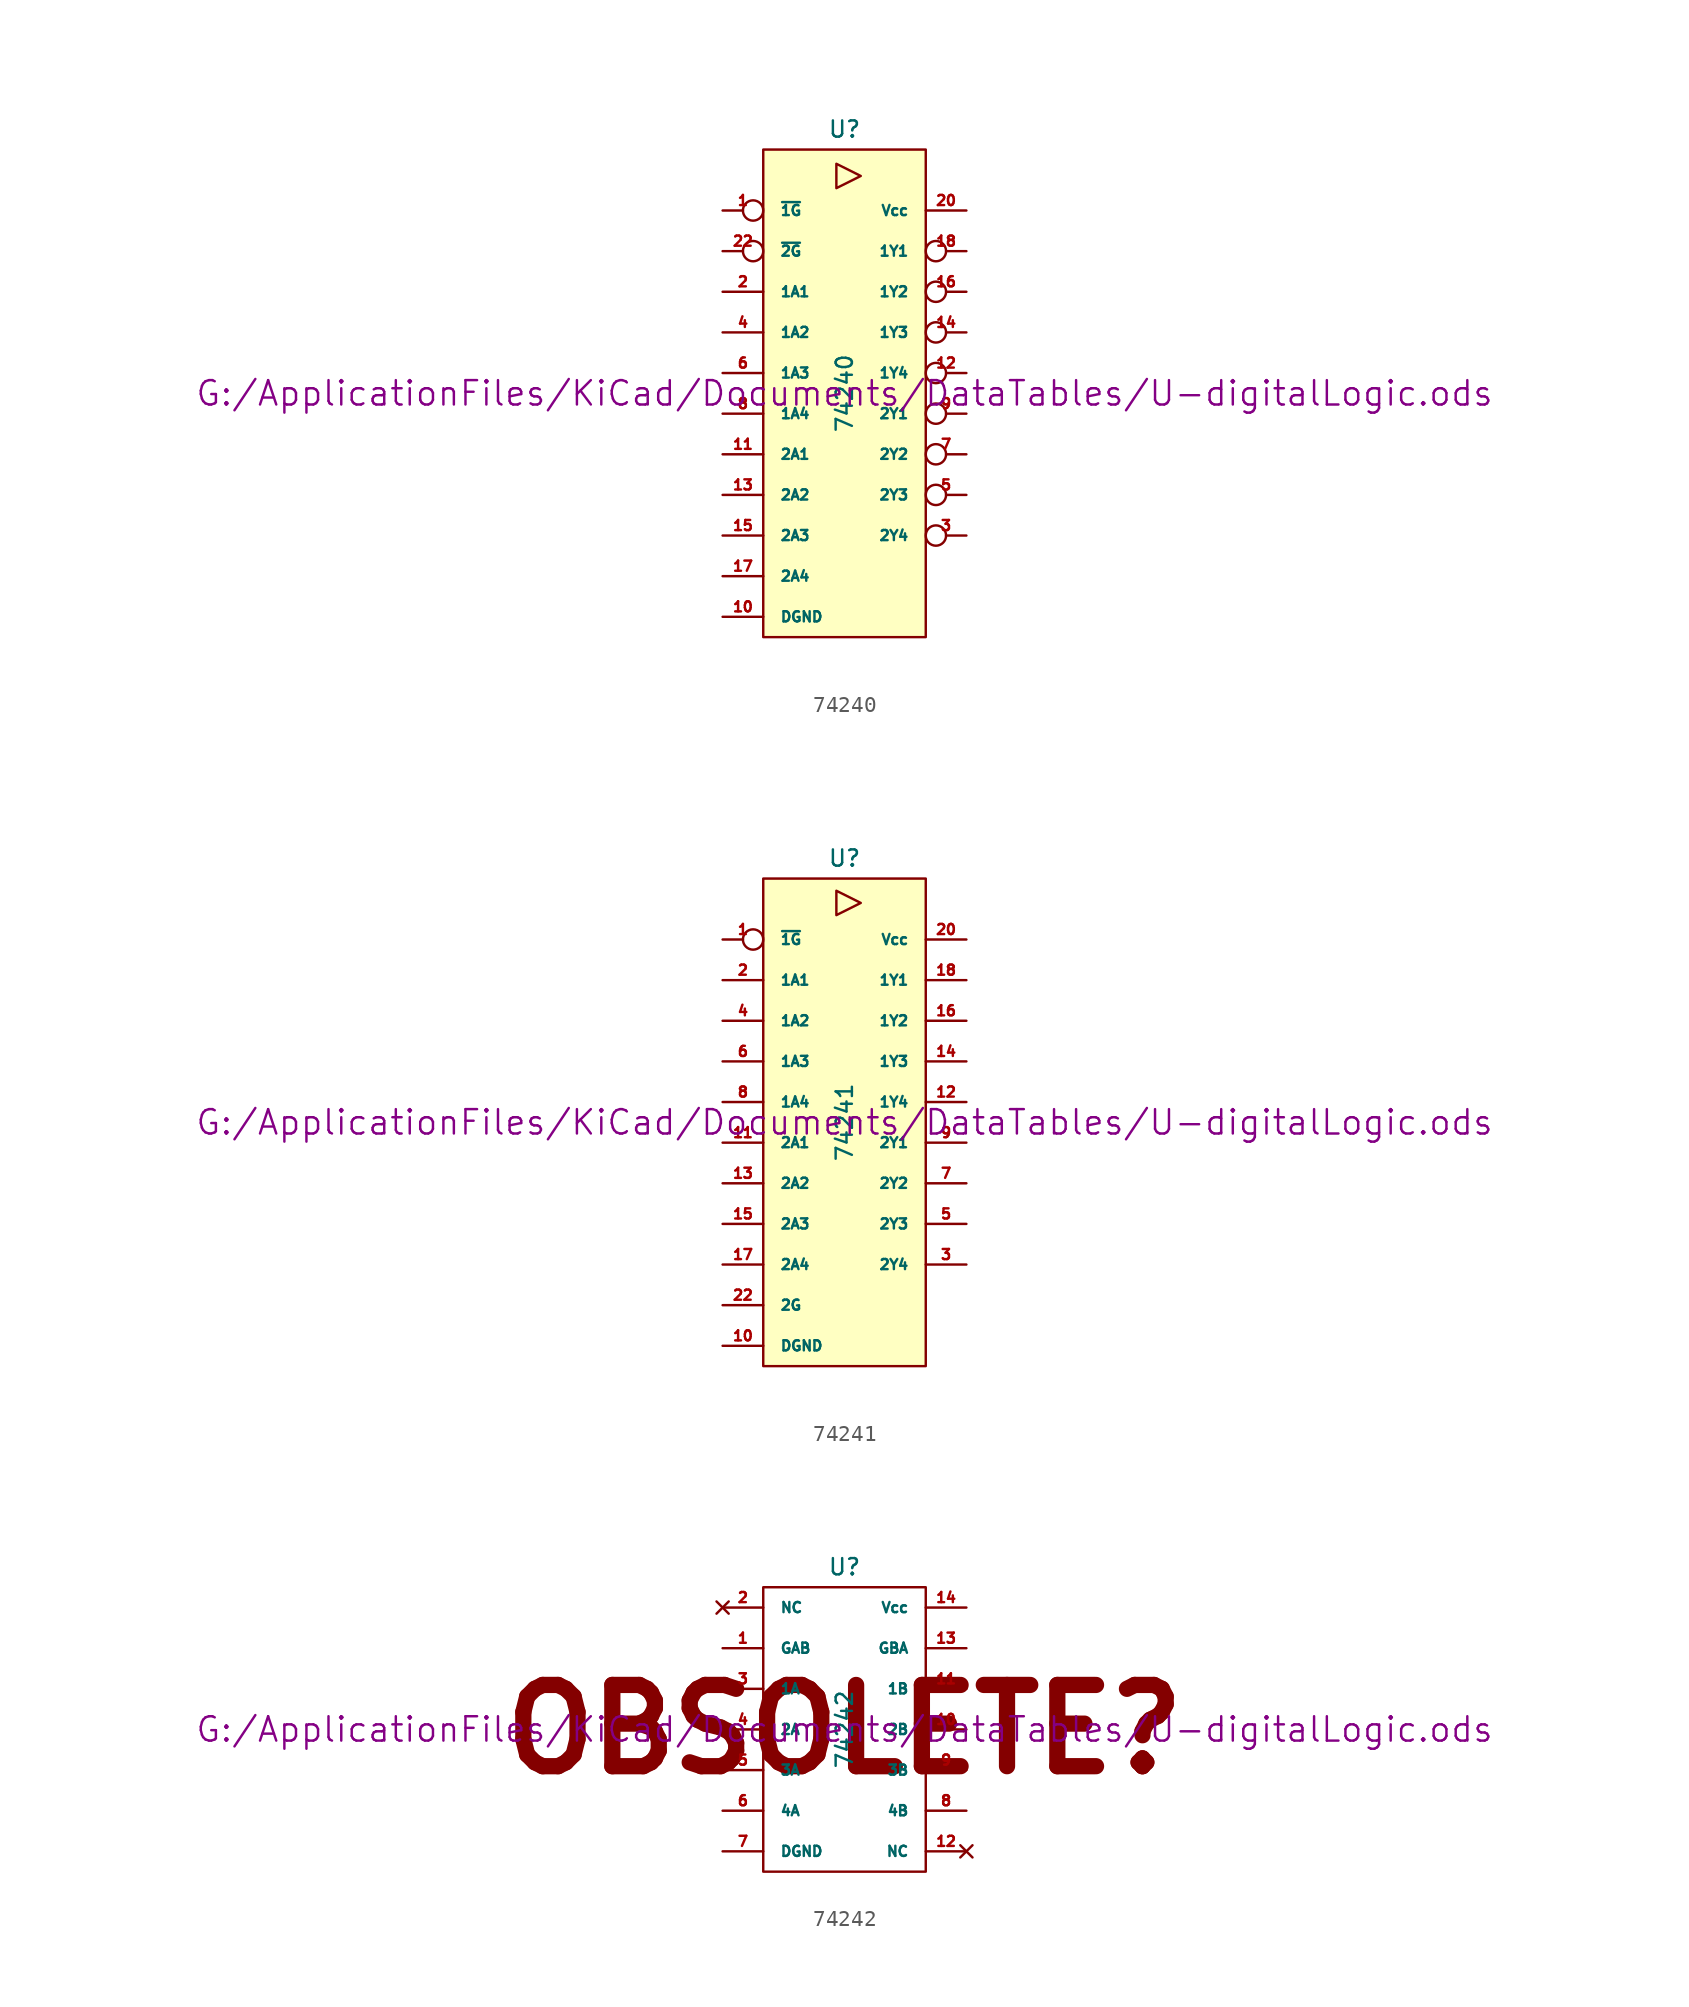
<source format=kicad_sym>
(kicad_symbol_lib
  (version 20211014)
  (generator kicad_symbol_editor)
  (symbol "74240"
    (pin_names
      (offset 1.016))
    (property "Reference" "U"
      (at 0 16.51 0)
      (effects (font (size 1.016 1.016))))
    (property "Value" "74240"
      (at 0 0 90)
      (effects (font (size 1.016 1.016))))
    (property "Footprint" ""
      (at 0 0 0)
      (effects (font (size 1.524 1.524))))
    (property "Datasheet" "G:/ApplicationFiles/KiCad/Documents/DataTables/U-digitalLogic.ods"
      (at 0 0 0)
      (effects (font (size 1.524 1.524))))
    (symbol "74240_0_0"
      (polyline (pts (xy -0.508 14.351) (xy -0.508 12.827) (xy 1.016 13.589) (xy -0.508 14.351)) (stroke (width 0) (type default) (color 0 0 0 0)) (fill (type none))))
    (symbol "74240_0_1"
      (rectangle (start -5.08 15.24) (end 5.08 -15.24) (stroke (width 0) (type default) (color 0 0 0 0)) (fill (type background))))
    (symbol "74240_1_1"
      (pin input inverted (at -7.62 11.43 0) (length 2.54) (name "~{1G}" (effects (font (size 0.635 0.635)))) (number "1" (effects (font (size 0.635 0.635)))))
      (pin power_in line (at -7.62 -13.97 0) (length 2.54) (name "DGND" (effects (font (size 0.635 0.635)))) (number "10" (effects (font (size 0.635 0.635)))))
      (pin input line (at -7.62 -3.81 0) (length 2.54) (name "2A1" (effects (font (size 0.635 0.635)))) (number "11" (effects (font (size 0.635 0.635)))))
      (pin tri_state inverted (at 7.62 1.27 180) (length 2.54) (name "1Y4" (effects (font (size 0.635 0.635)))) (number "12" (effects (font (size 0.635 0.635)))))
      (pin input line (at -7.62 -6.35 0) (length 2.54) (name "2A2" (effects (font (size 0.635 0.635)))) (number "13" (effects (font (size 0.635 0.635)))))
      (pin tri_state inverted (at 7.62 3.81 180) (length 2.54) (name "1Y3" (effects (font (size 0.635 0.635)))) (number "14" (effects (font (size 0.635 0.635)))))
      (pin input line (at -7.62 -8.89 0) (length 2.54) (name "2A3" (effects (font (size 0.635 0.635)))) (number "15" (effects (font (size 0.635 0.635)))))
      (pin tri_state inverted (at 7.62 6.35 180) (length 2.54) (name "1Y2" (effects (font (size 0.635 0.635)))) (number "16" (effects (font (size 0.635 0.635)))))
      (pin input line (at -7.62 -11.43 0) (length 2.54) (name "2A4" (effects (font (size 0.635 0.635)))) (number "17" (effects (font (size 0.635 0.635)))))
      (pin tri_state inverted (at 7.62 8.89 180) (length 2.54) (name "1Y1" (effects (font (size 0.635 0.635)))) (number "18" (effects (font (size 0.635 0.635)))))
      (pin input line (at -7.62 6.35 0) (length 2.54) (name "1A1" (effects (font (size 0.635 0.635)))) (number "2" (effects (font (size 0.635 0.635)))))
      (pin power_in line (at 7.62 11.43 180) (length 2.54) (name "Vcc" (effects (font (size 0.635 0.635)))) (number "20" (effects (font (size 0.635 0.635)))))
      (pin input inverted (at -7.62 8.89 0) (length 2.54) (name "~{2G}" (effects (font (size 0.635 0.635)))) (number "22" (effects (font (size 0.635 0.635)))))
      (pin tri_state inverted (at 7.62 -8.89 180) (length 2.54) (name "2Y4" (effects (font (size 0.635 0.635)))) (number "3" (effects (font (size 0.635 0.635)))))
      (pin input line (at -7.62 3.81 0) (length 2.54) (name "1A2" (effects (font (size 0.635 0.635)))) (number "4" (effects (font (size 0.635 0.635)))))
      (pin tri_state inverted (at 7.62 -6.35 180) (length 2.54) (name "2Y3" (effects (font (size 0.635 0.635)))) (number "5" (effects (font (size 0.635 0.635)))))
      (pin input line (at -7.62 1.27 0) (length 2.54) (name "1A3" (effects (font (size 0.635 0.635)))) (number "6" (effects (font (size 0.635 0.635)))))
      (pin tri_state inverted (at 7.62 -3.81 180) (length 2.54) (name "2Y2" (effects (font (size 0.635 0.635)))) (number "7" (effects (font (size 0.635 0.635)))))
      (pin input line (at -7.62 -1.27 0) (length 2.54) (name "1A4" (effects (font (size 0.635 0.635)))) (number "8" (effects (font (size 0.635 0.635)))))
      (pin tri_state inverted (at 7.62 -1.27 180) (length 2.54) (name "2Y1" (effects (font (size 0.635 0.635)))) (number "9" (effects (font (size 0.635 0.635)))))))
  (symbol "74241"
    (pin_names
      (offset 1.016))
    (property "Reference" "U"
      (at 0 16.51 0)
      (effects (font (size 1.016 1.016))))
    (property "Value" "74241"
      (at 0 0 90)
      (effects (font (size 1.016 1.016))))
    (property "Footprint" ""
      (at 0 0 0)
      (effects (font (size 1.524 1.524))))
    (property "Datasheet" "G:/ApplicationFiles/KiCad/Documents/DataTables/U-digitalLogic.ods"
      (at 0 0 0)
      (effects (font (size 1.524 1.524))))
    (symbol "74241_0_0"
      (polyline (pts (xy -0.508 14.478) (xy -0.508 12.954) (xy 1.016 13.716) (xy -0.508 14.478)) (stroke (width 0) (type default) (color 0 0 0 0)) (fill (type none))))
    (symbol "74241_0_1"
      (rectangle (start -5.08 15.24) (end 5.08 -15.24) (stroke (width 0) (type default) (color 0 0 0 0)) (fill (type background))))
    (symbol "74241_1_1"
      (pin input inverted (at -7.62 11.43 0) (length 2.54) (name "~{1G}" (effects (font (size 0.635 0.635)))) (number "1" (effects (font (size 0.635 0.635)))))
      (pin power_in line (at -7.62 -13.97 0) (length 2.54) (name "DGND" (effects (font (size 0.635 0.635)))) (number "10" (effects (font (size 0.635 0.635)))))
      (pin input line (at -7.62 -1.27 0) (length 2.54) (name "2A1" (effects (font (size 0.635 0.635)))) (number "11" (effects (font (size 0.635 0.635)))))
      (pin tri_state line (at 7.62 1.27 180) (length 2.54) (name "1Y4" (effects (font (size 0.635 0.635)))) (number "12" (effects (font (size 0.635 0.635)))))
      (pin input line (at -7.62 -3.81 0) (length 2.54) (name "2A2" (effects (font (size 0.635 0.635)))) (number "13" (effects (font (size 0.635 0.635)))))
      (pin tri_state line (at 7.62 3.81 180) (length 2.54) (name "1Y3" (effects (font (size 0.635 0.635)))) (number "14" (effects (font (size 0.635 0.635)))))
      (pin input line (at -7.62 -6.35 0) (length 2.54) (name "2A3" (effects (font (size 0.635 0.635)))) (number "15" (effects (font (size 0.635 0.635)))))
      (pin tri_state line (at 7.62 6.35 180) (length 2.54) (name "1Y2" (effects (font (size 0.635 0.635)))) (number "16" (effects (font (size 0.635 0.635)))))
      (pin input line (at -7.62 -8.89 0) (length 2.54) (name "2A4" (effects (font (size 0.635 0.635)))) (number "17" (effects (font (size 0.635 0.635)))))
      (pin tri_state line (at 7.62 8.89 180) (length 2.54) (name "1Y1" (effects (font (size 0.635 0.635)))) (number "18" (effects (font (size 0.635 0.635)))))
      (pin input line (at -7.62 8.89 0) (length 2.54) (name "1A1" (effects (font (size 0.635 0.635)))) (number "2" (effects (font (size 0.635 0.635)))))
      (pin power_in line (at 7.62 11.43 180) (length 2.54) (name "Vcc" (effects (font (size 0.635 0.635)))) (number "20" (effects (font (size 0.635 0.635)))))
      (pin input line (at -7.62 -11.43 0) (length 2.54) (name "2G" (effects (font (size 0.635 0.635)))) (number "22" (effects (font (size 0.635 0.635)))))
      (pin tri_state line (at 7.62 -8.89 180) (length 2.54) (name "2Y4" (effects (font (size 0.635 0.635)))) (number "3" (effects (font (size 0.635 0.635)))))
      (pin input line (at -7.62 6.35 0) (length 2.54) (name "1A2" (effects (font (size 0.635 0.635)))) (number "4" (effects (font (size 0.635 0.635)))))
      (pin tri_state line (at 7.62 -6.35 180) (length 2.54) (name "2Y3" (effects (font (size 0.635 0.635)))) (number "5" (effects (font (size 0.635 0.635)))))
      (pin input line (at -7.62 3.81 0) (length 2.54) (name "1A3" (effects (font (size 0.635 0.635)))) (number "6" (effects (font (size 0.635 0.635)))))
      (pin tri_state line (at 7.62 -3.81 180) (length 2.54) (name "2Y2" (effects (font (size 0.635 0.635)))) (number "7" (effects (font (size 0.635 0.635)))))
      (pin input line (at -7.62 1.27 0) (length 2.54) (name "1A4" (effects (font (size 0.635 0.635)))) (number "8" (effects (font (size 0.635 0.635)))))
      (pin tri_state line (at 7.62 -1.27 180) (length 2.54) (name "2Y1" (effects (font (size 0.635 0.635)))) (number "9" (effects (font (size 0.635 0.635)))))))
  (symbol "74242"
    (pin_names
      (offset 1.016))
    (property "Reference" "U"
      (at 0 10.16 0)
      (effects (font (size 1.016 1.016))))
    (property "Value" "74242"
      (at 0 0 90)
      (effects (font (size 1.016 1.016))))
    (property "Footprint" ""
      (at 0 0 0)
      (effects (font (size 1.524 1.524))))
    (property "Datasheet" "G:/ApplicationFiles/KiCad/Documents/DataTables/U-digitalLogic.ods"
      (at 0 0 0)
      (effects (font (size 1.524 1.524))))
    (symbol "74242_0_0"
      (text "OBSOLETE?" (at 0 0 0) (effects (font (size 5.08 5.08) bold))))
    (symbol "74242_0_1"
      (rectangle (start -5.08 8.89) (end 5.08 -8.89) (stroke (width 0) (type default) (color 0 0 0 0)) (fill (type none))))
    (symbol "74242_1_1"
      (pin input line (at -7.62 5.08 0) (length 2.54) (name "GAB" (effects (font (size 0.635 0.635)))) (number "1" (effects (font (size 0.635 0.635)))))
      (pin output line (at 7.62 0 180) (length 2.54) (name "2B" (effects (font (size 0.635 0.635)))) (number "10" (effects (font (size 0.635 0.635)))))
      (pin output line (at 7.62 2.54 180) (length 2.54) (name "1B" (effects (font (size 0.635 0.635)))) (number "11" (effects (font (size 0.635 0.635)))))
      (pin no_connect line (at 7.62 -7.62 180) (length 2.54) (name "NC" (effects (font (size 0.635 0.635)))) (number "12" (effects (font (size 0.635 0.635)))))
      (pin input line (at 7.62 5.08 180) (length 2.54) (name "GBA" (effects (font (size 0.635 0.635)))) (number "13" (effects (font (size 0.635 0.635)))))
      (pin power_in line (at 7.62 7.62 180) (length 2.54) (name "Vcc" (effects (font (size 0.635 0.635)))) (number "14" (effects (font (size 0.635 0.635)))))
      (pin no_connect line (at -7.62 7.62 0) (length 2.54) (name "NC" (effects (font (size 0.635 0.635)))) (number "2" (effects (font (size 0.635 0.635)))))
      (pin tri_state line (at -7.62 2.54 0) (length 2.54) (name "1A" (effects (font (size 0.635 0.635)))) (number "3" (effects (font (size 0.635 0.635)))))
      (pin tri_state line (at -7.62 0 0) (length 2.54) (name "2A" (effects (font (size 0.635 0.635)))) (number "4" (effects (font (size 0.635 0.635)))))
      (pin tri_state line (at -7.62 -2.54 0) (length 2.54) (name "3A" (effects (font (size 0.635 0.635)))) (number "5" (effects (font (size 0.635 0.635)))))
      (pin tri_state line (at -7.62 -5.08 0) (length 2.54) (name "4A" (effects (font (size 0.635 0.635)))) (number "6" (effects (font (size 0.635 0.635)))))
      (pin power_in line (at -7.62 -7.62 0) (length 2.54) (name "DGND" (effects (font (size 0.635 0.635)))) (number "7" (effects (font (size 0.635 0.635)))))
      (pin output line (at 7.62 -5.08 180) (length 2.54) (name "4B" (effects (font (size 0.635 0.635)))) (number "8" (effects (font (size 0.635 0.635)))))
      (pin output line (at 7.62 -2.54 180) (length 2.54) (name "3B" (effects (font (size 0.635 0.635)))) (number "9" (effects (font (size 0.635 0.635))))))))
</source>
